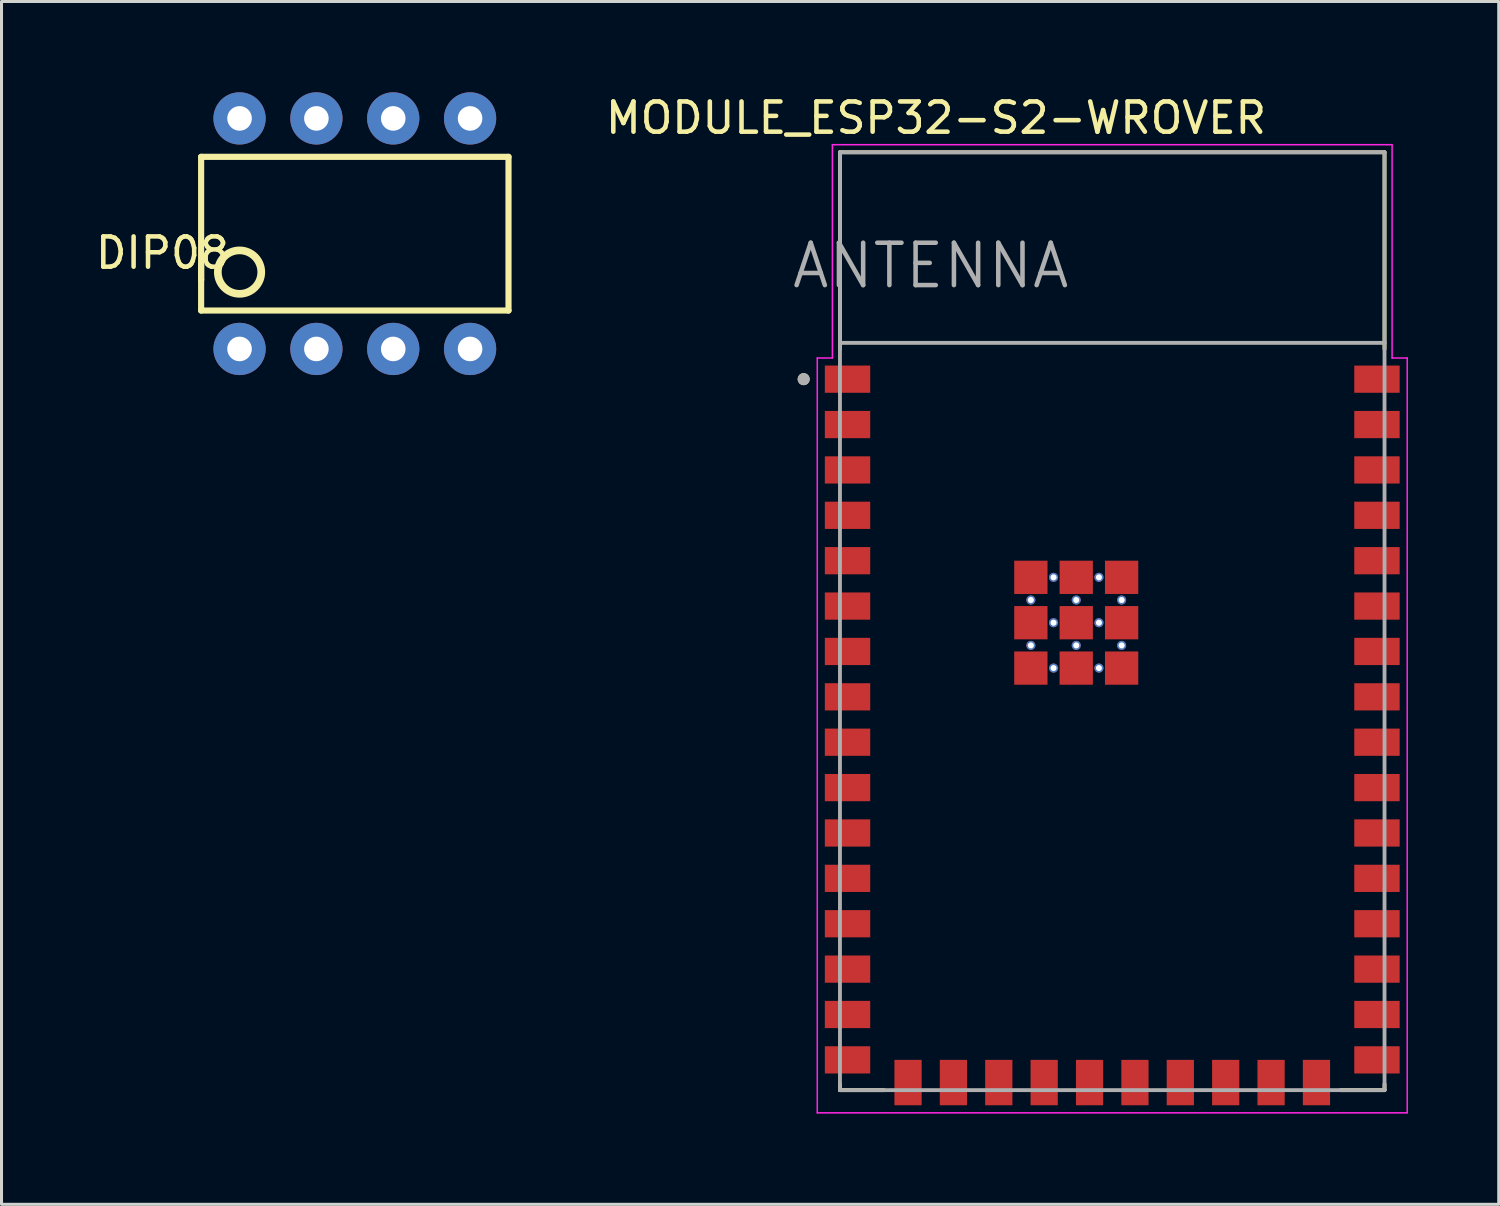
<source format=kicad_pcb>
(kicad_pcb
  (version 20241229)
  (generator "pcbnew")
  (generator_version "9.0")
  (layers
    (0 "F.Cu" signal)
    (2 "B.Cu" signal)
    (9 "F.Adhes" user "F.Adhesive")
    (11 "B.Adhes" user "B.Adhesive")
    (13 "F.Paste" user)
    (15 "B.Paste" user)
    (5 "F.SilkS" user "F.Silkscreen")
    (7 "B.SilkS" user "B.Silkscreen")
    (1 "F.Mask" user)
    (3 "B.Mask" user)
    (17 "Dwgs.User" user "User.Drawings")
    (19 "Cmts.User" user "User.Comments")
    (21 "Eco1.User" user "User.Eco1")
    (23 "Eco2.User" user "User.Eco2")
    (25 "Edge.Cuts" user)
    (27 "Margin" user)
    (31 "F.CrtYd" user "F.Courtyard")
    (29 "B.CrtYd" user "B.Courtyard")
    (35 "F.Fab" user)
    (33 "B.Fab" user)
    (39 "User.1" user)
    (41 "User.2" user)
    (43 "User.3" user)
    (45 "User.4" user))
  (footprint "MODULE_ESP32-S2-WROVER"
    (layer "F.Cu")
    (at 33.714 17.483)
    (property "Reference" "MODULE_ESP32-S2-WROVER" (at -5.825 -16.635 0) (layer "F.SilkS") (effects (font (size 1 1) (thickness 0.15))))
    (attr through_hole)
    (fp_line (start -9 -15.5) (end 9 -15.5) (stroke (width 0.127) (type solid)) (layer "F.SilkS"))
    (fp_line (start -9 -9) (end -9 -15.5) (stroke (width 0.127) (type solid)) (layer "F.SilkS"))
    (fp_line (start -9 15.3) (end -9 15.5) (stroke (width 0.127) (type solid)) (layer "F.SilkS"))
    (fp_line (start -9 15.5) (end -7.55 15.5) (stroke (width 0.127) (type solid)) (layer "F.SilkS"))
    (fp_line (start 7.55 15.5) (end 9 15.5) (stroke (width 0.127) (type solid)) (layer "F.SilkS"))
    (fp_line (start 9 -15.5) (end 9 -9) (stroke (width 0.127) (type solid)) (layer "F.SilkS"))
    (fp_line (start 9 15.5) (end 9 15.3) (stroke (width 0.127) (type solid)) (layer "F.SilkS"))
    (fp_circle (center -10.2 -8) (end -10.1 -8) (stroke (width 0.2) (type solid)) (fill no) (layer "F.SilkS"))
    (fp_line (start -9.75 -8.7) (end -9.25 -8.7) (stroke (width 0.05) (type solid)) (layer "F.CrtYd"))
    (fp_line (start -9.75 16.25) (end -9.75 -8.7) (stroke (width 0.05) (type solid)) (layer "F.CrtYd"))
    (fp_line (start -9.25 -15.75) (end 9.25 -15.75) (stroke (width 0.05) (type solid)) (layer "F.CrtYd"))
    (fp_line (start -9.25 -8.7) (end -9.25 -15.75) (stroke (width 0.05) (type solid)) (layer "F.CrtYd"))
    (fp_line (start 9.25 -15.75) (end 9.25 -8.7) (stroke (width 0.05) (type solid)) (layer "F.CrtYd"))
    (fp_line (start 9.25 -8.7) (end 9.75 -8.7) (stroke (width 0.05) (type solid)) (layer "F.CrtYd"))
    (fp_line (start 9.75 -8.7) (end 9.75 16.25) (stroke (width 0.05) (type solid)) (layer "F.CrtYd"))
    (fp_line (start 9.75 16.25) (end -9.75 16.25) (stroke (width 0.05) (type solid)) (layer "F.CrtYd"))
    (fp_line (start -9 -15.5) (end -9 -9.2) (stroke (width 0.127) (type solid)) (layer "F.Fab"))
    (fp_line (start -9 -15.5) (end 9 -15.5) (stroke (width 0.127) (type solid)) (layer "F.Fab"))
    (fp_line (start -9 -9.2) (end 9 -9.2) (stroke (width 0.127) (type solid)) (layer "F.Fab"))
    (fp_line (start -9 15.5) (end -9 -9.2) (stroke (width 0.127) (type solid)) (layer "F.Fab"))
    (fp_line (start 9 -15.5) (end 9 -9.2) (stroke (width 0.127) (type solid)) (layer "F.Fab"))
    (fp_line (start 9 -9.2) (end 9 15.5) (stroke (width 0.127) (type solid)) (layer "F.Fab"))
    (fp_line (start 9 15.5) (end -9 15.5) (stroke (width 0.127) (type solid)) (layer "F.Fab"))
    (fp_circle (center -10.2 -8) (end -10.1 -8) (stroke (width 0.2) (type solid)) (fill no) (layer "F.Fab"))
    (fp_text user "ANTENNA" (at -6 -11.75 0) (layer "F.Fab") (effects (font (size 1.4 1.4) (thickness 0.15))))
    (pad "1" smd rect (at -8.75 -8) (size 1.5 0.9) (layers "F.Cu" "F.Mask" "F.Paste"))
    (pad "2" smd rect (at -8.75 -6.5) (size 1.5 0.9) (layers "F.Cu" "F.Mask" "F.Paste"))
    (pad "3" smd rect (at -8.75 -5) (size 1.5 0.9) (layers "F.Cu" "F.Mask" "F.Paste"))
    (pad "4" smd rect (at -8.75 -3.5) (size 1.5 0.9) (layers "F.Cu" "F.Mask" "F.Paste"))
    (pad "5" smd rect (at -8.75 -2) (size 1.5 0.9) (layers "F.Cu" "F.Mask" "F.Paste"))
    (pad "6" smd rect (at -8.75 -0.5) (size 1.5 0.9) (layers "F.Cu" "F.Mask" "F.Paste"))
    (pad "7" smd rect (at -8.75 1) (size 1.5 0.9) (layers "F.Cu" "F.Mask" "F.Paste"))
    (pad "8" smd rect (at -8.75 2.5) (size 1.5 0.9) (layers "F.Cu" "F.Mask" "F.Paste"))
    (pad "9" smd rect (at -8.75 4) (size 1.5 0.9) (layers "F.Cu" "F.Mask" "F.Paste"))
    (pad "10" smd rect (at -8.75 5.5) (size 1.5 0.9) (layers "F.Cu" "F.Mask" "F.Paste"))
    (pad "11" smd rect (at -8.75 7) (size 1.5 0.9) (layers "F.Cu" "F.Mask" "F.Paste"))
    (pad "12" smd rect (at -8.75 8.5) (size 1.5 0.9) (layers "F.Cu" "F.Mask" "F.Paste"))
    (pad "13" smd rect (at -8.75 10) (size 1.5 0.9) (layers "F.Cu" "F.Mask" "F.Paste"))
    (pad "14" smd rect (at -8.75 11.5) (size 1.5 0.9) (layers "F.Cu" "F.Mask" "F.Paste"))
    (pad "15" smd rect (at -8.75 13) (size 1.5 0.9) (layers "F.Cu" "F.Mask" "F.Paste"))
    (pad "16" smd rect (at -8.75 14.5) (size 1.5 0.9) (layers "F.Cu" "F.Mask" "F.Paste"))
    (pad "17" smd rect (at -6.75 15.25 90) (size 1.5 0.9) (layers "F.Cu" "F.Mask" "F.Paste"))
    (pad "18" smd rect (at -5.25 15.25 90) (size 1.5 0.9) (layers "F.Cu" "F.Mask" "F.Paste"))
    (pad "19" smd rect (at -3.75 15.25 90) (size 1.5 0.9) (layers "F.Cu" "F.Mask" "F.Paste"))
    (pad "20" smd rect (at -2.25 15.25 90) (size 1.5 0.9) (layers "F.Cu" "F.Mask" "F.Paste"))
    (pad "21" smd rect (at -0.75 15.25 90) (size 1.5 0.9) (layers "F.Cu" "F.Mask" "F.Paste"))
    (pad "22" smd rect (at 0.75 15.25 90) (size 1.5 0.9) (layers "F.Cu" "F.Mask" "F.Paste"))
    (pad "23" smd rect (at 2.25 15.25 90) (size 1.5 0.9) (layers "F.Cu" "F.Mask" "F.Paste"))
    (pad "24" smd rect (at 3.75 15.25 90) (size 1.5 0.9) (layers "F.Cu" "F.Mask" "F.Paste"))
    (pad "25" smd rect (at 5.25 15.25 90) (size 1.5 0.9) (layers "F.Cu" "F.Mask" "F.Paste"))
    (pad "26" smd rect (at 6.75 15.25 90) (size 1.5 0.9) (layers "F.Cu" "F.Mask" "F.Paste"))
    (pad "27" smd rect (at 8.75 14.5 180) (size 1.5 0.9) (layers "F.Cu" "F.Mask" "F.Paste"))
    (pad "28" smd rect (at 8.75 13 180) (size 1.5 0.9) (layers "F.Cu" "F.Mask" "F.Paste"))
    (pad "29" smd rect (at 8.75 11.5 180) (size 1.5 0.9) (layers "F.Cu" "F.Mask" "F.Paste"))
    (pad "30" smd rect (at 8.75 10 180) (size 1.5 0.9) (layers "F.Cu" "F.Mask" "F.Paste"))
    (pad "31" smd rect (at 8.75 8.5 180) (size 1.5 0.9) (layers "F.Cu" "F.Mask" "F.Paste"))
    (pad "32" smd rect (at 8.75 7 180) (size 1.5 0.9) (layers "F.Cu" "F.Mask" "F.Paste"))
    (pad "33" smd rect (at 8.75 5.5 180) (size 1.5 0.9) (layers "F.Cu" "F.Mask" "F.Paste"))
    (pad "34" smd rect (at 8.75 4 180) (size 1.5 0.9) (layers "F.Cu" "F.Mask" "F.Paste"))
    (pad "35" smd rect (at 8.75 2.5 180) (size 1.5 0.9) (layers "F.Cu" "F.Mask" "F.Paste"))
    (pad "36" smd rect (at 8.75 1 180) (size 1.5 0.9) (layers "F.Cu" "F.Mask" "F.Paste"))
    (pad "37" smd rect (at 8.75 -0.5 180) (size 1.5 0.9) (layers "F.Cu" "F.Mask" "F.Paste"))
    (pad "38" smd rect (at 8.75 -2 180) (size 1.5 0.9) (layers "F.Cu" "F.Mask" "F.Paste"))
    (pad "39" smd rect (at 8.75 -3.5 180) (size 1.5 0.9) (layers "F.Cu" "F.Mask" "F.Paste"))
    (pad "40" smd rect (at 8.75 -5 180) (size 1.5 0.9) (layers "F.Cu" "F.Mask" "F.Paste"))
    (pad "41" smd rect (at 8.75 -6.5 180) (size 1.5 0.9) (layers "F.Cu" "F.Mask" "F.Paste"))
    (pad "42" smd rect (at 8.75 -8 180) (size 1.5 0.9) (layers "F.Cu" "F.Mask" "F.Paste"))
    (pad "43_1" smd rect (at -2.69 -1.45) (size 1.1 1.1) (layers "F.Cu" "F.Mask" "F.Paste"))
    (pad "43_2" smd rect (at -1.19 -1.45) (size 1.1 1.1) (layers "F.Cu" "F.Mask" "F.Paste"))
    (pad "43_3" smd rect (at 0.31 -1.45) (size 1.1 1.1) (layers "F.Cu" "F.Mask" "F.Paste"))
    (pad "43_4" smd rect (at -2.69 0.05) (size 1.1 1.1) (layers "F.Cu" "F.Mask" "F.Paste"))
    (pad "43_5" smd rect (at -1.19 0.05) (size 1.1 1.1) (layers "F.Cu" "F.Mask" "F.Paste"))
    (pad "43_6" smd rect (at 0.31 0.05) (size 1.1 1.1) (layers "F.Cu" "F.Mask" "F.Paste"))
    (pad "43_7" smd rect (at -2.69 1.55) (size 1.1 1.1) (layers "F.Cu" "F.Mask" "F.Paste"))
    (pad "43_8" smd rect (at -1.19 1.55) (size 1.1 1.1) (layers "F.Cu" "F.Mask" "F.Paste"))
    (pad "43_9" smd rect (at 0.31 1.55) (size 1.1 1.1) (layers "F.Cu" "F.Mask" "F.Paste"))
    (pad "43_10" thru_hole circle (at -1.94 -1.45) (size 0.3 0.3) (drill 0.2) (layers "*.Cu" "*.Mask"))
    (pad "43_11" thru_hole circle (at -0.44 -1.45) (size 0.3 0.3) (drill 0.2) (layers "*.Cu" "*.Mask"))
    (pad "43_12" thru_hole circle (at -2.69 -0.7) (size 0.3 0.3) (drill 0.2) (layers "*.Cu" "*.Mask"))
    (pad "43_13" thru_hole circle (at -1.19 -0.7) (size 0.3 0.3) (drill 0.2) (layers "*.Cu" "*.Mask"))
    (pad "43_14" thru_hole circle (at 0.31 -0.7) (size 0.3 0.3) (drill 0.2) (layers "*.Cu" "*.Mask"))
    (pad "43_15" thru_hole circle (at -1.94 0.05) (size 0.3 0.3) (drill 0.2) (layers "*.Cu" "*.Mask"))
    (pad "43_16" thru_hole circle (at -0.44 0.05) (size 0.3 0.3) (drill 0.2) (layers "*.Cu" "*.Mask"))
    (pad "43_17" thru_hole circle (at -2.69 0.8) (size 0.3 0.3) (drill 0.2) (layers "*.Cu" "*.Mask"))
    (pad "43_18" thru_hole circle (at -1.19 0.8) (size 0.3 0.3) (drill 0.2) (layers "*.Cu" "*.Mask"))
    (pad "43_19" thru_hole circle (at 0.31 0.8) (size 0.3 0.3) (drill 0.2) (layers "*.Cu" "*.Mask"))
    (pad "43_20" thru_hole circle (at -1.94 1.55) (size 0.3 0.3) (drill 0.2) (layers "*.Cu" "*.Mask"))
    (pad "43_21" thru_hole circle (at -0.44 1.55) (size 0.3 0.3) (drill 0.2) (layers "*.Cu" "*.Mask"))
    (zone (net_name "") (layer "F.Cu") (hatch full 0.508) (connect_pads) (min_thickness 0.01) (filled_areas_thickness no) (keepout (tracks not_allowed) (vias not_allowed) (pads not_allowed) (copperpour not_allowed) (footprints allowed)) (placement (enabled no)) (fill) (polygon (pts (xy 26.639 15.483) (xy 30.464 15.483) (xy 30.464 19.583) (xy 34.589 19.583) (xy 34.589 13.483) (xy 28.339 13.483) (xy 28.339 9.033) (xy 24.714 9.033) (xy 24.714 1.983) (xy 42.714 1.983) (xy 42.714 9.033) (xy 41.714 9.033) (xy 41.714 32.433) (xy 42.714 32.433) (xy 42.714 32.983) (xy 40.914 32.983) (xy 40.914 31.983) (xy 26.514 31.983) (xy 26.514 32.983) (xy 24.714 32.983) (xy 24.714 32.433) (xy 25.714 32.433) (xy 25.714 10.533) (xy 26.639 10.533))))
    (zone (net_name "") (layers "F.Cu" "B.Cu") (hatch full 0.508) (connect_pads) (min_thickness 0.01) (filled_areas_thickness no) (keepout (tracks allowed) (vias not_allowed) (pads allowed) (copperpour allowed) (footprints allowed)) (placement (enabled no)) (fill) (polygon (pts (xy 26.639 15.483) (xy 30.464 15.483) (xy 30.464 19.583) (xy 34.589 19.583) (xy 34.589 13.483) (xy 28.339 13.483) (xy 28.339 9.033) (xy 24.714 9.033) (xy 24.714 1.983) (xy 42.714 1.983) (xy 42.714 9.033) (xy 41.714 9.033) (xy 41.714 32.433) (xy 42.714 32.433) (xy 42.714 32.983) (xy 40.914 32.983) (xy 40.914 31.983) (xy 26.514 31.983) (xy 26.514 32.983) (xy 24.714 32.983) (xy 24.714 32.433) (xy 25.714 32.433) (xy 25.714 10.533) (xy 26.639 10.533)))))
  (footprint "DIP08"
    (layer "F.Cu")
    (at 8.678 4.674)
    (property "Reference" "DIP08" (at -6.359 0.636 180) (layer "F.SilkS") (effects (font (size 1.001 1.001) (thickness 0.15))))
    (attr through_hole)
    (fp_line (start -5.08 -2.54) (end -5.08 1.524) (stroke (width 0.203) (type solid)) (layer "F.SilkS"))
    (fp_line (start -5.08 -2.54) (end 5.08 -2.54) (stroke (width 0.203) (type solid)) (layer "F.SilkS"))
    (fp_line (start -5.08 1.524) (end -5.08 1.016) (stroke (width 0.203) (type solid)) (layer "F.SilkS"))
    (fp_line (start -5.08 2.54) (end -5.08 1.524) (stroke (width 0.203) (type solid)) (layer "F.SilkS"))
    (fp_line (start -5.08 2.54) (end 5.08 2.54) (stroke (width 0.203) (type solid)) (layer "F.SilkS"))
    (fp_line (start 5.08 -2.54) (end 5.08 2.54) (stroke (width 0.203) (type solid)) (layer "F.SilkS"))
    (fp_circle (center -3.81 1.27) (end -3.092 1.27) (stroke (width 0.254) (type solid)) (fill no) (layer "F.SilkS"))
    (pad "1" thru_hole circle (at -3.81 3.81) (size 1.727 1.727) (drill 0.813) (layers "*.Cu" "*.Mask"))
    (pad "2" thru_hole circle (at -1.27 3.81) (size 1.727 1.727) (drill 0.813) (layers "*.Cu" "*.Mask"))
    (pad "3" thru_hole circle (at 1.27 3.81) (size 1.727 1.727) (drill 0.813) (layers "*.Cu" "*.Mask"))
    (pad "4" thru_hole circle (at 3.81 3.81) (size 1.727 1.727) (drill 0.813) (layers "*.Cu" "*.Mask"))
    (pad "5" thru_hole circle (at 3.81 -3.81) (size 1.727 1.727) (drill 0.813) (layers "*.Cu" "*.Mask"))
    (pad "6" thru_hole circle (at 1.27 -3.81) (size 1.727 1.727) (drill 0.813) (layers "*.Cu" "*.Mask"))
    (pad "7" thru_hole circle (at -1.27 -3.81) (size 1.727 1.727) (drill 0.813) (layers "*.Cu" "*.Mask"))
    (pad "8" thru_hole circle (at -3.81 -3.81) (size 1.727 1.727) (drill 0.813) (layers "*.Cu" "*.Mask")))
  (gr_rect
    (start -3 -3)
    (end 46.489 36.758)
    (stroke (width 0.1) (type default))
    (fill no)
    (layer "Edge.Cuts")))
</source>
